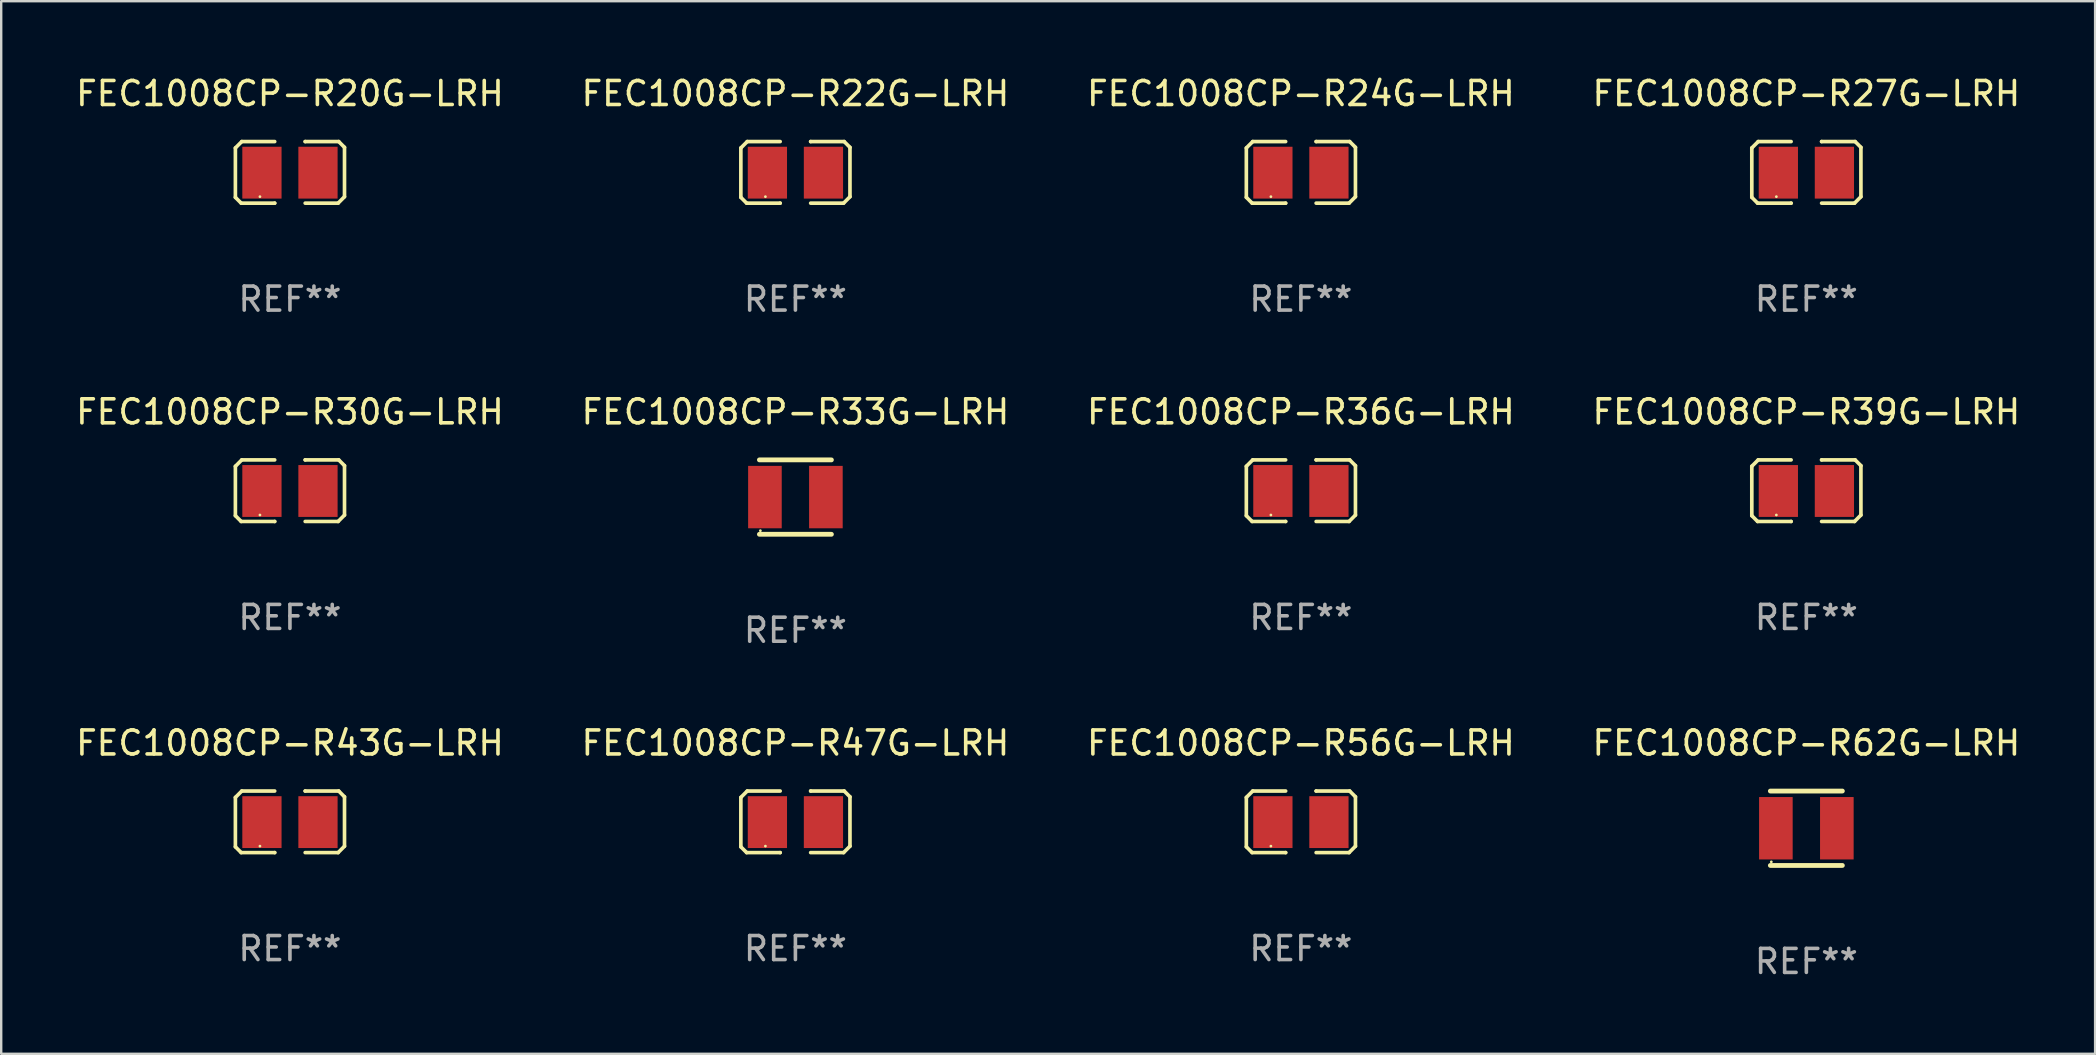
<source format=kicad_pcb>
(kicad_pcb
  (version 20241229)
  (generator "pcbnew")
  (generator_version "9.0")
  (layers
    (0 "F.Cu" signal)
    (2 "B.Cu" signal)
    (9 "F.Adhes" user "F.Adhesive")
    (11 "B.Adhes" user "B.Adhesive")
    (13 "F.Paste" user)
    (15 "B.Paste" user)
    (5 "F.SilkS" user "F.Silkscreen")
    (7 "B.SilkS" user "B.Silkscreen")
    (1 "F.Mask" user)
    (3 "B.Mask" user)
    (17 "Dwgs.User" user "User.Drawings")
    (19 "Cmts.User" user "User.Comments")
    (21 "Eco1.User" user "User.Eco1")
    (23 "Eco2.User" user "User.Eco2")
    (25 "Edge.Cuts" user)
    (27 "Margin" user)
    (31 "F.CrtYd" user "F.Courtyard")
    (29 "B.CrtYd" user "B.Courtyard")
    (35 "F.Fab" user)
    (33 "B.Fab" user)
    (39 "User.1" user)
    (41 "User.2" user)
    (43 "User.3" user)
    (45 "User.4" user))
  (footprint "FEC1008CP-R20G-LRH"
    (layer "F.Cu")
    (at 9.03 4.131)
    (property "Reference" "FEC1008CP-R20G-LRH" (at 0 -3.283 0) (layer "F.SilkS") (effects (font (size 1 1) (thickness 0.15))))
    (attr through_hole)
    (fp_line (start -2.273 -1.016) (end -2.007 -1.283) (stroke (width 0.152) (type solid)) (layer "F.SilkS"))
    (fp_line (start -2.273 1.041) (end -2.273 -1.016) (stroke (width 0.152) (type solid)) (layer "F.SilkS"))
    (fp_line (start -2.032 1.283) (end -2.273 1.041) (stroke (width 0.152) (type solid)) (layer "F.SilkS"))
    (fp_line (start -2.007 -1.283) (end -0.635 -1.283) (stroke (width 0.152) (type solid)) (layer "F.SilkS"))
    (fp_line (start -0.635 1.283) (end -2.032 1.283) (stroke (width 0.152) (type solid)) (layer "F.SilkS"))
    (fp_line (start -0.635 1.283) (end -0.635 1.283) (stroke (width 0.152) (type solid)) (layer "F.SilkS"))
    (fp_line (start 0.635 -1.283) (end 0.635 -1.283) (stroke (width 0.152) (type solid)) (layer "F.SilkS"))
    (fp_line (start 0.635 -1.283) (end 2.032 -1.283) (stroke (width 0.152) (type solid)) (layer "F.SilkS"))
    (fp_line (start 2.007 1.283) (end 0.635 1.283) (stroke (width 0.152) (type solid)) (layer "F.SilkS"))
    (fp_line (start 2.032 -1.283) (end 2.273 -1.041) (stroke (width 0.152) (type solid)) (layer "F.SilkS"))
    (fp_line (start 2.273 -1.041) (end 2.273 1.016) (stroke (width 0.152) (type solid)) (layer "F.SilkS"))
    (fp_line (start 2.273 1.016) (end 2.007 1.283) (stroke (width 0.152) (type solid)) (layer "F.SilkS"))
    (fp_circle (center -1.25 1.013) (end -1.22 1.013) (stroke (width 0.06) (type solid)) (fill no) (layer "F.SilkS"))
    (fp_text user "REF**" (at 0 5.283 0) (layer "F.Fab") (effects (font (size 1 1) (thickness 0.15))))
    (pad "1" smd rect (at -1.167 0.013) (size 1.635 2.16) (layers "F.Cu" "F.Mask" "F.Paste"))
    (pad "2" smd rect (at 1.168 0.013) (size 1.635 2.16) (layers "F.Cu" "F.Mask" "F.Paste")))
  (footprint "FEC1008CP-R30G-LRH"
    (layer "F.Cu")
    (at 9.03 17.393)
    (property "Reference" "FEC1008CP-R30G-LRH" (at 0 -3.283 0) (layer "F.SilkS") (effects (font (size 1 1) (thickness 0.15))))
    (attr through_hole)
    (fp_line (start -2.273 -1.016) (end -2.007 -1.283) (stroke (width 0.152) (type solid)) (layer "F.SilkS"))
    (fp_line (start -2.273 1.041) (end -2.273 -1.016) (stroke (width 0.152) (type solid)) (layer "F.SilkS"))
    (fp_line (start -2.032 1.283) (end -2.273 1.041) (stroke (width 0.152) (type solid)) (layer "F.SilkS"))
    (fp_line (start -2.007 -1.283) (end -0.635 -1.283) (stroke (width 0.152) (type solid)) (layer "F.SilkS"))
    (fp_line (start -0.635 1.283) (end -2.032 1.283) (stroke (width 0.152) (type solid)) (layer "F.SilkS"))
    (fp_line (start -0.635 1.283) (end -0.635 1.283) (stroke (width 0.152) (type solid)) (layer "F.SilkS"))
    (fp_line (start 0.635 -1.283) (end 0.635 -1.283) (stroke (width 0.152) (type solid)) (layer "F.SilkS"))
    (fp_line (start 0.635 -1.283) (end 2.032 -1.283) (stroke (width 0.152) (type solid)) (layer "F.SilkS"))
    (fp_line (start 2.007 1.283) (end 0.635 1.283) (stroke (width 0.152) (type solid)) (layer "F.SilkS"))
    (fp_line (start 2.032 -1.283) (end 2.273 -1.041) (stroke (width 0.152) (type solid)) (layer "F.SilkS"))
    (fp_line (start 2.273 -1.041) (end 2.273 1.016) (stroke (width 0.152) (type solid)) (layer "F.SilkS"))
    (fp_line (start 2.273 1.016) (end 2.007 1.283) (stroke (width 0.152) (type solid)) (layer "F.SilkS"))
    (fp_circle (center -1.25 1.013) (end -1.22 1.013) (stroke (width 0.06) (type solid)) (fill no) (layer "F.SilkS"))
    (fp_text user "REF**" (at 0 5.283 0) (layer "F.Fab") (effects (font (size 1 1) (thickness 0.15))))
    (pad "1" smd rect (at -1.167 0.013) (size 1.635 2.16) (layers "F.Cu" "F.Mask" "F.Paste"))
    (pad "2" smd rect (at 1.168 0.013) (size 1.635 2.16) (layers "F.Cu" "F.Mask" "F.Paste")))
  (footprint "FEC1008CP-R62G-LRH"
    (layer "F.Cu")
    (at 72.208 31.457)
    (property "Reference" "FEC1008CP-R62G-LRH" (at 0 -3.55 0) (layer "F.SilkS") (effects (font (size 1 1) (thickness 0.15))))
    (attr through_hole)
    (fp_line (start -1.5 -1.55) (end 1.5 -1.55) (stroke (width 0.2) (type solid)) (layer "F.SilkS"))
    (fp_line (start -1.5 1.55) (end 1.5 1.55) (stroke (width 0.2) (type solid)) (layer "F.SilkS"))
    (fp_circle (center -1.46 1.4) (end -1.43 1.4) (stroke (width 0.06) (type solid)) (fill no) (layer "F.SilkS"))
    (fp_text user "REF**" (at 0 5.55 0) (layer "F.Fab") (effects (font (size 1 1) (thickness 0.15))))
    (pad "1" smd rect (at -1.27 0) (size 1.4 2.6) (layers "F.Cu" "F.Mask" "F.Paste"))
    (pad "2" smd rect (at 1.27 0) (size 1.4 2.6) (layers "F.Cu" "F.Mask" "F.Paste")))
  (footprint "FEC1008CP-R33G-LRH"
    (layer "F.Cu")
    (at 30.089 17.66)
    (property "Reference" "FEC1008CP-R33G-LRH" (at 0 -3.55 0) (layer "F.SilkS") (effects (font (size 1 1) (thickness 0.15))))
    (attr through_hole)
    (fp_line (start -1.5 -1.55) (end 1.5 -1.55) (stroke (width 0.2) (type solid)) (layer "F.SilkS"))
    (fp_line (start -1.5 1.55) (end 1.5 1.55) (stroke (width 0.2) (type solid)) (layer "F.SilkS"))
    (fp_circle (center -1.46 1.4) (end -1.43 1.4) (stroke (width 0.06) (type solid)) (fill no) (layer "F.SilkS"))
    (fp_text user "REF**" (at 0 5.55 0) (layer "F.Fab") (effects (font (size 1 1) (thickness 0.15))))
    (pad "1" smd rect (at -1.27 0) (size 1.4 2.6) (layers "F.Cu" "F.Mask" "F.Paste"))
    (pad "2" smd rect (at 1.27 0) (size 1.4 2.6) (layers "F.Cu" "F.Mask" "F.Paste")))
  (footprint "FEC1008CP-R36G-LRH"
    (layer "F.Cu")
    (at 51.149 17.393)
    (property "Reference" "FEC1008CP-R36G-LRH" (at 0 -3.283 0) (layer "F.SilkS") (effects (font (size 1 1) (thickness 0.15))))
    (attr through_hole)
    (fp_line (start -2.273 -1.016) (end -2.007 -1.283) (stroke (width 0.152) (type solid)) (layer "F.SilkS"))
    (fp_line (start -2.273 1.041) (end -2.273 -1.016) (stroke (width 0.152) (type solid)) (layer "F.SilkS"))
    (fp_line (start -2.032 1.283) (end -2.273 1.041) (stroke (width 0.152) (type solid)) (layer "F.SilkS"))
    (fp_line (start -2.007 -1.283) (end -0.635 -1.283) (stroke (width 0.152) (type solid)) (layer "F.SilkS"))
    (fp_line (start -0.635 1.283) (end -2.032 1.283) (stroke (width 0.152) (type solid)) (layer "F.SilkS"))
    (fp_line (start -0.635 1.283) (end -0.635 1.283) (stroke (width 0.152) (type solid)) (layer "F.SilkS"))
    (fp_line (start 0.635 -1.283) (end 0.635 -1.283) (stroke (width 0.152) (type solid)) (layer "F.SilkS"))
    (fp_line (start 0.635 -1.283) (end 2.032 -1.283) (stroke (width 0.152) (type solid)) (layer "F.SilkS"))
    (fp_line (start 2.007 1.283) (end 0.635 1.283) (stroke (width 0.152) (type solid)) (layer "F.SilkS"))
    (fp_line (start 2.032 -1.283) (end 2.273 -1.041) (stroke (width 0.152) (type solid)) (layer "F.SilkS"))
    (fp_line (start 2.273 -1.041) (end 2.273 1.016) (stroke (width 0.152) (type solid)) (layer "F.SilkS"))
    (fp_line (start 2.273 1.016) (end 2.007 1.283) (stroke (width 0.152) (type solid)) (layer "F.SilkS"))
    (fp_circle (center -1.25 1.013) (end -1.22 1.013) (stroke (width 0.06) (type solid)) (fill no) (layer "F.SilkS"))
    (fp_text user "REF**" (at 0 5.283 0) (layer "F.Fab") (effects (font (size 1 1) (thickness 0.15))))
    (pad "1" smd rect (at -1.167 0.013) (size 1.635 2.16) (layers "F.Cu" "F.Mask" "F.Paste"))
    (pad "2" smd rect (at 1.168 0.013) (size 1.635 2.16) (layers "F.Cu" "F.Mask" "F.Paste")))
  (footprint "FEC1008CP-R56G-LRH"
    (layer "F.Cu")
    (at 51.149 31.189)
    (property "Reference" "FEC1008CP-R56G-LRH" (at 0 -3.283 0) (layer "F.SilkS") (effects (font (size 1 1) (thickness 0.15))))
    (attr through_hole)
    (fp_line (start -2.273 -1.016) (end -2.007 -1.283) (stroke (width 0.152) (type solid)) (layer "F.SilkS"))
    (fp_line (start -2.273 1.041) (end -2.273 -1.016) (stroke (width 0.152) (type solid)) (layer "F.SilkS"))
    (fp_line (start -2.032 1.283) (end -2.273 1.041) (stroke (width 0.152) (type solid)) (layer "F.SilkS"))
    (fp_line (start -2.007 -1.283) (end -0.635 -1.283) (stroke (width 0.152) (type solid)) (layer "F.SilkS"))
    (fp_line (start -0.635 1.283) (end -2.032 1.283) (stroke (width 0.152) (type solid)) (layer "F.SilkS"))
    (fp_line (start -0.635 1.283) (end -0.635 1.283) (stroke (width 0.152) (type solid)) (layer "F.SilkS"))
    (fp_line (start 0.635 -1.283) (end 0.635 -1.283) (stroke (width 0.152) (type solid)) (layer "F.SilkS"))
    (fp_line (start 0.635 -1.283) (end 2.032 -1.283) (stroke (width 0.152) (type solid)) (layer "F.SilkS"))
    (fp_line (start 2.007 1.283) (end 0.635 1.283) (stroke (width 0.152) (type solid)) (layer "F.SilkS"))
    (fp_line (start 2.032 -1.283) (end 2.273 -1.041) (stroke (width 0.152) (type solid)) (layer "F.SilkS"))
    (fp_line (start 2.273 -1.041) (end 2.273 1.016) (stroke (width 0.152) (type solid)) (layer "F.SilkS"))
    (fp_line (start 2.273 1.016) (end 2.007 1.283) (stroke (width 0.152) (type solid)) (layer "F.SilkS"))
    (fp_circle (center -1.25 1.013) (end -1.22 1.013) (stroke (width 0.06) (type solid)) (fill no) (layer "F.SilkS"))
    (fp_text user "REF**" (at 0 5.283 0) (layer "F.Fab") (effects (font (size 1 1) (thickness 0.15))))
    (pad "1" smd rect (at -1.167 0.013) (size 1.635 2.16) (layers "F.Cu" "F.Mask" "F.Paste"))
    (pad "2" smd rect (at 1.168 0.013) (size 1.635 2.16) (layers "F.Cu" "F.Mask" "F.Paste")))
  (footprint "FEC1008CP-R27G-LRH"
    (layer "F.Cu")
    (at 72.208 4.131)
    (property "Reference" "FEC1008CP-R27G-LRH" (at 0 -3.283 0) (layer "F.SilkS") (effects (font (size 1 1) (thickness 0.15))))
    (attr through_hole)
    (fp_line (start -2.273 -1.016) (end -2.007 -1.283) (stroke (width 0.152) (type solid)) (layer "F.SilkS"))
    (fp_line (start -2.273 1.041) (end -2.273 -1.016) (stroke (width 0.152) (type solid)) (layer "F.SilkS"))
    (fp_line (start -2.032 1.283) (end -2.273 1.041) (stroke (width 0.152) (type solid)) (layer "F.SilkS"))
    (fp_line (start -2.007 -1.283) (end -0.635 -1.283) (stroke (width 0.152) (type solid)) (layer "F.SilkS"))
    (fp_line (start -0.635 1.283) (end -2.032 1.283) (stroke (width 0.152) (type solid)) (layer "F.SilkS"))
    (fp_line (start -0.635 1.283) (end -0.635 1.283) (stroke (width 0.152) (type solid)) (layer "F.SilkS"))
    (fp_line (start 0.635 -1.283) (end 0.635 -1.283) (stroke (width 0.152) (type solid)) (layer "F.SilkS"))
    (fp_line (start 0.635 -1.283) (end 2.032 -1.283) (stroke (width 0.152) (type solid)) (layer "F.SilkS"))
    (fp_line (start 2.007 1.283) (end 0.635 1.283) (stroke (width 0.152) (type solid)) (layer "F.SilkS"))
    (fp_line (start 2.032 -1.283) (end 2.273 -1.041) (stroke (width 0.152) (type solid)) (layer "F.SilkS"))
    (fp_line (start 2.273 -1.041) (end 2.273 1.016) (stroke (width 0.152) (type solid)) (layer "F.SilkS"))
    (fp_line (start 2.273 1.016) (end 2.007 1.283) (stroke (width 0.152) (type solid)) (layer "F.SilkS"))
    (fp_circle (center -1.25 1.013) (end -1.22 1.013) (stroke (width 0.06) (type solid)) (fill no) (layer "F.SilkS"))
    (fp_text user "REF**" (at 0 5.283 0) (layer "F.Fab") (effects (font (size 1 1) (thickness 0.15))))
    (pad "1" smd rect (at -1.167 0.013) (size 1.635 2.16) (layers "F.Cu" "F.Mask" "F.Paste"))
    (pad "2" smd rect (at 1.168 0.013) (size 1.635 2.16) (layers "F.Cu" "F.Mask" "F.Paste")))
  (footprint "FEC1008CP-R24G-LRH"
    (layer "F.Cu")
    (at 51.149 4.131)
    (property "Reference" "FEC1008CP-R24G-LRH" (at 0 -3.283 0) (layer "F.SilkS") (effects (font (size 1 1) (thickness 0.15))))
    (attr through_hole)
    (fp_line (start -2.273 -1.016) (end -2.007 -1.283) (stroke (width 0.152) (type solid)) (layer "F.SilkS"))
    (fp_line (start -2.273 1.041) (end -2.273 -1.016) (stroke (width 0.152) (type solid)) (layer "F.SilkS"))
    (fp_line (start -2.032 1.283) (end -2.273 1.041) (stroke (width 0.152) (type solid)) (layer "F.SilkS"))
    (fp_line (start -2.007 -1.283) (end -0.635 -1.283) (stroke (width 0.152) (type solid)) (layer "F.SilkS"))
    (fp_line (start -0.635 1.283) (end -2.032 1.283) (stroke (width 0.152) (type solid)) (layer "F.SilkS"))
    (fp_line (start -0.635 1.283) (end -0.635 1.283) (stroke (width 0.152) (type solid)) (layer "F.SilkS"))
    (fp_line (start 0.635 -1.283) (end 0.635 -1.283) (stroke (width 0.152) (type solid)) (layer "F.SilkS"))
    (fp_line (start 0.635 -1.283) (end 2.032 -1.283) (stroke (width 0.152) (type solid)) (layer "F.SilkS"))
    (fp_line (start 2.007 1.283) (end 0.635 1.283) (stroke (width 0.152) (type solid)) (layer "F.SilkS"))
    (fp_line (start 2.032 -1.283) (end 2.273 -1.041) (stroke (width 0.152) (type solid)) (layer "F.SilkS"))
    (fp_line (start 2.273 -1.041) (end 2.273 1.016) (stroke (width 0.152) (type solid)) (layer "F.SilkS"))
    (fp_line (start 2.273 1.016) (end 2.007 1.283) (stroke (width 0.152) (type solid)) (layer "F.SilkS"))
    (fp_circle (center -1.25 1.013) (end -1.22 1.013) (stroke (width 0.06) (type solid)) (fill no) (layer "F.SilkS"))
    (fp_text user "REF**" (at 0 5.283 0) (layer "F.Fab") (effects (font (size 1 1) (thickness 0.15))))
    (pad "1" smd rect (at -1.167 0.013) (size 1.635 2.16) (layers "F.Cu" "F.Mask" "F.Paste"))
    (pad "2" smd rect (at 1.168 0.013) (size 1.635 2.16) (layers "F.Cu" "F.Mask" "F.Paste")))
  (footprint "FEC1008CP-R22G-LRH"
    (layer "F.Cu")
    (at 30.089 4.131)
    (property "Reference" "FEC1008CP-R22G-LRH" (at 0 -3.283 0) (layer "F.SilkS") (effects (font (size 1 1) (thickness 0.15))))
    (attr through_hole)
    (fp_line (start -2.273 -1.016) (end -2.007 -1.283) (stroke (width 0.152) (type solid)) (layer "F.SilkS"))
    (fp_line (start -2.273 1.041) (end -2.273 -1.016) (stroke (width 0.152) (type solid)) (layer "F.SilkS"))
    (fp_line (start -2.032 1.283) (end -2.273 1.041) (stroke (width 0.152) (type solid)) (layer "F.SilkS"))
    (fp_line (start -2.007 -1.283) (end -0.635 -1.283) (stroke (width 0.152) (type solid)) (layer "F.SilkS"))
    (fp_line (start -0.635 1.283) (end -2.032 1.283) (stroke (width 0.152) (type solid)) (layer "F.SilkS"))
    (fp_line (start -0.635 1.283) (end -0.635 1.283) (stroke (width 0.152) (type solid)) (layer "F.SilkS"))
    (fp_line (start 0.635 -1.283) (end 0.635 -1.283) (stroke (width 0.152) (type solid)) (layer "F.SilkS"))
    (fp_line (start 0.635 -1.283) (end 2.032 -1.283) (stroke (width 0.152) (type solid)) (layer "F.SilkS"))
    (fp_line (start 2.007 1.283) (end 0.635 1.283) (stroke (width 0.152) (type solid)) (layer "F.SilkS"))
    (fp_line (start 2.032 -1.283) (end 2.273 -1.041) (stroke (width 0.152) (type solid)) (layer "F.SilkS"))
    (fp_line (start 2.273 -1.041) (end 2.273 1.016) (stroke (width 0.152) (type solid)) (layer "F.SilkS"))
    (fp_line (start 2.273 1.016) (end 2.007 1.283) (stroke (width 0.152) (type solid)) (layer "F.SilkS"))
    (fp_circle (center -1.25 1.013) (end -1.22 1.013) (stroke (width 0.06) (type solid)) (fill no) (layer "F.SilkS"))
    (fp_text user "REF**" (at 0 5.283 0) (layer "F.Fab") (effects (font (size 1 1) (thickness 0.15))))
    (pad "1" smd rect (at -1.167 0.013) (size 1.635 2.16) (layers "F.Cu" "F.Mask" "F.Paste"))
    (pad "2" smd rect (at 1.168 0.013) (size 1.635 2.16) (layers "F.Cu" "F.Mask" "F.Paste")))
  (footprint "FEC1008CP-R43G-LRH"
    (layer "F.Cu")
    (at 9.03 31.189)
    (property "Reference" "FEC1008CP-R43G-LRH" (at 0 -3.283 0) (layer "F.SilkS") (effects (font (size 1 1) (thickness 0.15))))
    (attr through_hole)
    (fp_line (start -2.273 -1.016) (end -2.007 -1.283) (stroke (width 0.152) (type solid)) (layer "F.SilkS"))
    (fp_line (start -2.273 1.041) (end -2.273 -1.016) (stroke (width 0.152) (type solid)) (layer "F.SilkS"))
    (fp_line (start -2.032 1.283) (end -2.273 1.041) (stroke (width 0.152) (type solid)) (layer "F.SilkS"))
    (fp_line (start -2.007 -1.283) (end -0.635 -1.283) (stroke (width 0.152) (type solid)) (layer "F.SilkS"))
    (fp_line (start -0.635 1.283) (end -2.032 1.283) (stroke (width 0.152) (type solid)) (layer "F.SilkS"))
    (fp_line (start -0.635 1.283) (end -0.635 1.283) (stroke (width 0.152) (type solid)) (layer "F.SilkS"))
    (fp_line (start 0.635 -1.283) (end 0.635 -1.283) (stroke (width 0.152) (type solid)) (layer "F.SilkS"))
    (fp_line (start 0.635 -1.283) (end 2.032 -1.283) (stroke (width 0.152) (type solid)) (layer "F.SilkS"))
    (fp_line (start 2.007 1.283) (end 0.635 1.283) (stroke (width 0.152) (type solid)) (layer "F.SilkS"))
    (fp_line (start 2.032 -1.283) (end 2.273 -1.041) (stroke (width 0.152) (type solid)) (layer "F.SilkS"))
    (fp_line (start 2.273 -1.041) (end 2.273 1.016) (stroke (width 0.152) (type solid)) (layer "F.SilkS"))
    (fp_line (start 2.273 1.016) (end 2.007 1.283) (stroke (width 0.152) (type solid)) (layer "F.SilkS"))
    (fp_circle (center -1.25 1.013) (end -1.22 1.013) (stroke (width 0.06) (type solid)) (fill no) (layer "F.SilkS"))
    (fp_text user "REF**" (at 0 5.283 0) (layer "F.Fab") (effects (font (size 1 1) (thickness 0.15))))
    (pad "1" smd rect (at -1.167 0.013) (size 1.635 2.16) (layers "F.Cu" "F.Mask" "F.Paste"))
    (pad "2" smd rect (at 1.168 0.013) (size 1.635 2.16) (layers "F.Cu" "F.Mask" "F.Paste")))
  (footprint "FEC1008CP-R47G-LRH"
    (layer "F.Cu")
    (at 30.089 31.189)
    (property "Reference" "FEC1008CP-R47G-LRH" (at 0 -3.283 0) (layer "F.SilkS") (effects (font (size 1 1) (thickness 0.15))))
    (attr through_hole)
    (fp_line (start -2.273 -1.016) (end -2.007 -1.283) (stroke (width 0.152) (type solid)) (layer "F.SilkS"))
    (fp_line (start -2.273 1.041) (end -2.273 -1.016) (stroke (width 0.152) (type solid)) (layer "F.SilkS"))
    (fp_line (start -2.032 1.283) (end -2.273 1.041) (stroke (width 0.152) (type solid)) (layer "F.SilkS"))
    (fp_line (start -2.007 -1.283) (end -0.635 -1.283) (stroke (width 0.152) (type solid)) (layer "F.SilkS"))
    (fp_line (start -0.635 1.283) (end -2.032 1.283) (stroke (width 0.152) (type solid)) (layer "F.SilkS"))
    (fp_line (start -0.635 1.283) (end -0.635 1.283) (stroke (width 0.152) (type solid)) (layer "F.SilkS"))
    (fp_line (start 0.635 -1.283) (end 0.635 -1.283) (stroke (width 0.152) (type solid)) (layer "F.SilkS"))
    (fp_line (start 0.635 -1.283) (end 2.032 -1.283) (stroke (width 0.152) (type solid)) (layer "F.SilkS"))
    (fp_line (start 2.007 1.283) (end 0.635 1.283) (stroke (width 0.152) (type solid)) (layer "F.SilkS"))
    (fp_line (start 2.032 -1.283) (end 2.273 -1.041) (stroke (width 0.152) (type solid)) (layer "F.SilkS"))
    (fp_line (start 2.273 -1.041) (end 2.273 1.016) (stroke (width 0.152) (type solid)) (layer "F.SilkS"))
    (fp_line (start 2.273 1.016) (end 2.007 1.283) (stroke (width 0.152) (type solid)) (layer "F.SilkS"))
    (fp_circle (center -1.25 1.013) (end -1.22 1.013) (stroke (width 0.06) (type solid)) (fill no) (layer "F.SilkS"))
    (fp_text user "REF**" (at 0 5.283 0) (layer "F.Fab") (effects (font (size 1 1) (thickness 0.15))))
    (pad "1" smd rect (at -1.167 0.013) (size 1.635 2.16) (layers "F.Cu" "F.Mask" "F.Paste"))
    (pad "2" smd rect (at 1.168 0.013) (size 1.635 2.16) (layers "F.Cu" "F.Mask" "F.Paste")))
  (footprint "FEC1008CP-R39G-LRH"
    (layer "F.Cu")
    (at 72.208 17.393)
    (property "Reference" "FEC1008CP-R39G-LRH" (at 0 -3.283 0) (layer "F.SilkS") (effects (font (size 1 1) (thickness 0.15))))
    (attr through_hole)
    (fp_line (start -2.273 -1.016) (end -2.007 -1.283) (stroke (width 0.152) (type solid)) (layer "F.SilkS"))
    (fp_line (start -2.273 1.041) (end -2.273 -1.016) (stroke (width 0.152) (type solid)) (layer "F.SilkS"))
    (fp_line (start -2.032 1.283) (end -2.273 1.041) (stroke (width 0.152) (type solid)) (layer "F.SilkS"))
    (fp_line (start -2.007 -1.283) (end -0.635 -1.283) (stroke (width 0.152) (type solid)) (layer "F.SilkS"))
    (fp_line (start -0.635 1.283) (end -2.032 1.283) (stroke (width 0.152) (type solid)) (layer "F.SilkS"))
    (fp_line (start -0.635 1.283) (end -0.635 1.283) (stroke (width 0.152) (type solid)) (layer "F.SilkS"))
    (fp_line (start 0.635 -1.283) (end 0.635 -1.283) (stroke (width 0.152) (type solid)) (layer "F.SilkS"))
    (fp_line (start 0.635 -1.283) (end 2.032 -1.283) (stroke (width 0.152) (type solid)) (layer "F.SilkS"))
    (fp_line (start 2.007 1.283) (end 0.635 1.283) (stroke (width 0.152) (type solid)) (layer "F.SilkS"))
    (fp_line (start 2.032 -1.283) (end 2.273 -1.041) (stroke (width 0.152) (type solid)) (layer "F.SilkS"))
    (fp_line (start 2.273 -1.041) (end 2.273 1.016) (stroke (width 0.152) (type solid)) (layer "F.SilkS"))
    (fp_line (start 2.273 1.016) (end 2.007 1.283) (stroke (width 0.152) (type solid)) (layer "F.SilkS"))
    (fp_circle (center -1.25 1.013) (end -1.22 1.013) (stroke (width 0.06) (type solid)) (fill no) (layer "F.SilkS"))
    (fp_text user "REF**" (at 0 5.283 0) (layer "F.Fab") (effects (font (size 1 1) (thickness 0.15))))
    (pad "1" smd rect (at -1.167 0.013) (size 1.635 2.16) (layers "F.Cu" "F.Mask" "F.Paste"))
    (pad "2" smd rect (at 1.168 0.013) (size 1.635 2.16) (layers "F.Cu" "F.Mask" "F.Paste")))
  (gr_rect
    (start -3 -3)
    (end 84.238 40.855)
    (stroke (width 0.1) (type default))
    (fill no)
    (layer "Edge.Cuts")))
</source>
